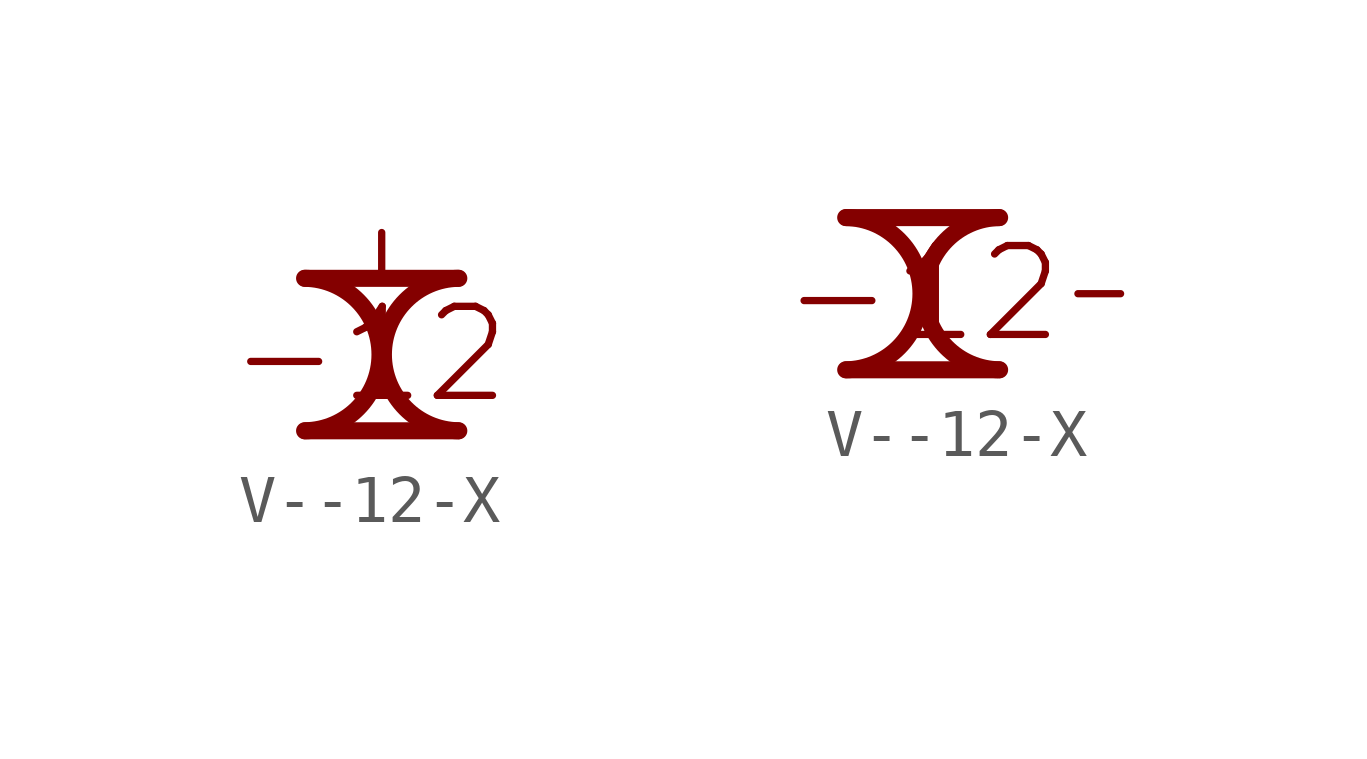
<source format=kicad_sym>
(kicad_symbol_lib
  (version 20211014)
  (generator kicad_symbol_editor)
  (symbol "V--12-X"
    (power)
    (pin_numbers hide)
    (pin_names
      (offset 1.27) hide)
    (property "Reference" "#PWR"
      (at 5.08 0 0)
      (effects (font (size 1.27 1.27)) (justify left) hide))
    (symbol "V--12-X_1_0"
      (pin power_in line (at 0 0 0) (length 0) hide (name "-12" (effects (font (size 1.27 1.27)))) (number "0" (effects (font (size 0 0))))))
    (symbol "V--12-X_1_1"
      (arc (start -1.6053 -4.1275) (mid 0.0001 -2.54) (end -1.6053 -0.9525) (stroke (width 0.3556) (type default) (color 0 0 0 0)) (fill (type none)))
      (polyline (pts (xy 0 -0.889) (xy 0 0)) (stroke (width 0) (type default) (color 0 0 0 0)) (fill (type none)))
      (polyline (pts (xy 1.587 -4.128) (xy -1.587 -4.128)) (stroke (width 0.356) (type default) (color 0 0 0 0)) (fill (type none)))
      (polyline (pts (xy 1.587 -0.953) (xy -1.587 -0.953)) (stroke (width 0.356) (type default) (color 0 0 0 0)) (fill (type none)))
      (arc (start 1.6053 -0.9525) (mid -0.0001 -2.54) (end 1.6053 -4.1275) (stroke (width 0.3556) (type default) (color 0 0 0 0)) (fill (type none)))
      (text "-12" (at -0.254 -2.54 0) (effects (font (size 1.854 1.854)))))
    (symbol "V--12-X_1_2"
      (arc (start -5.7328 -1.5875) (mid -4.1274 0) (end -5.7328 1.5875) (stroke (width 0.3556) (type default) (color 0 0 0 0)) (fill (type none)))
      (arc (start -2.5222 1.5875) (mid -4.1276 0) (end -2.5222 -1.5875) (stroke (width 0.3556) (type default) (color 0 0 0 0)) (fill (type none)))
      (polyline (pts (xy -2.54 -1.587) (xy -5.715 -1.587)) (stroke (width 0.356) (type default) (color 0 0 0 0)) (fill (type none)))
      (polyline (pts (xy -2.54 1.587) (xy -5.715 1.587)) (stroke (width 0.356) (type default) (color 0 0 0 0)) (fill (type none)))
      (polyline (pts (xy -0.889 0) (xy 0 0)) (stroke (width 0) (type default) (color 0 0 0 0)) (fill (type none)))
      (text "-12" (at -4.128 0 0) (effects (font (size 1.854 1.854)))))))
</source>
